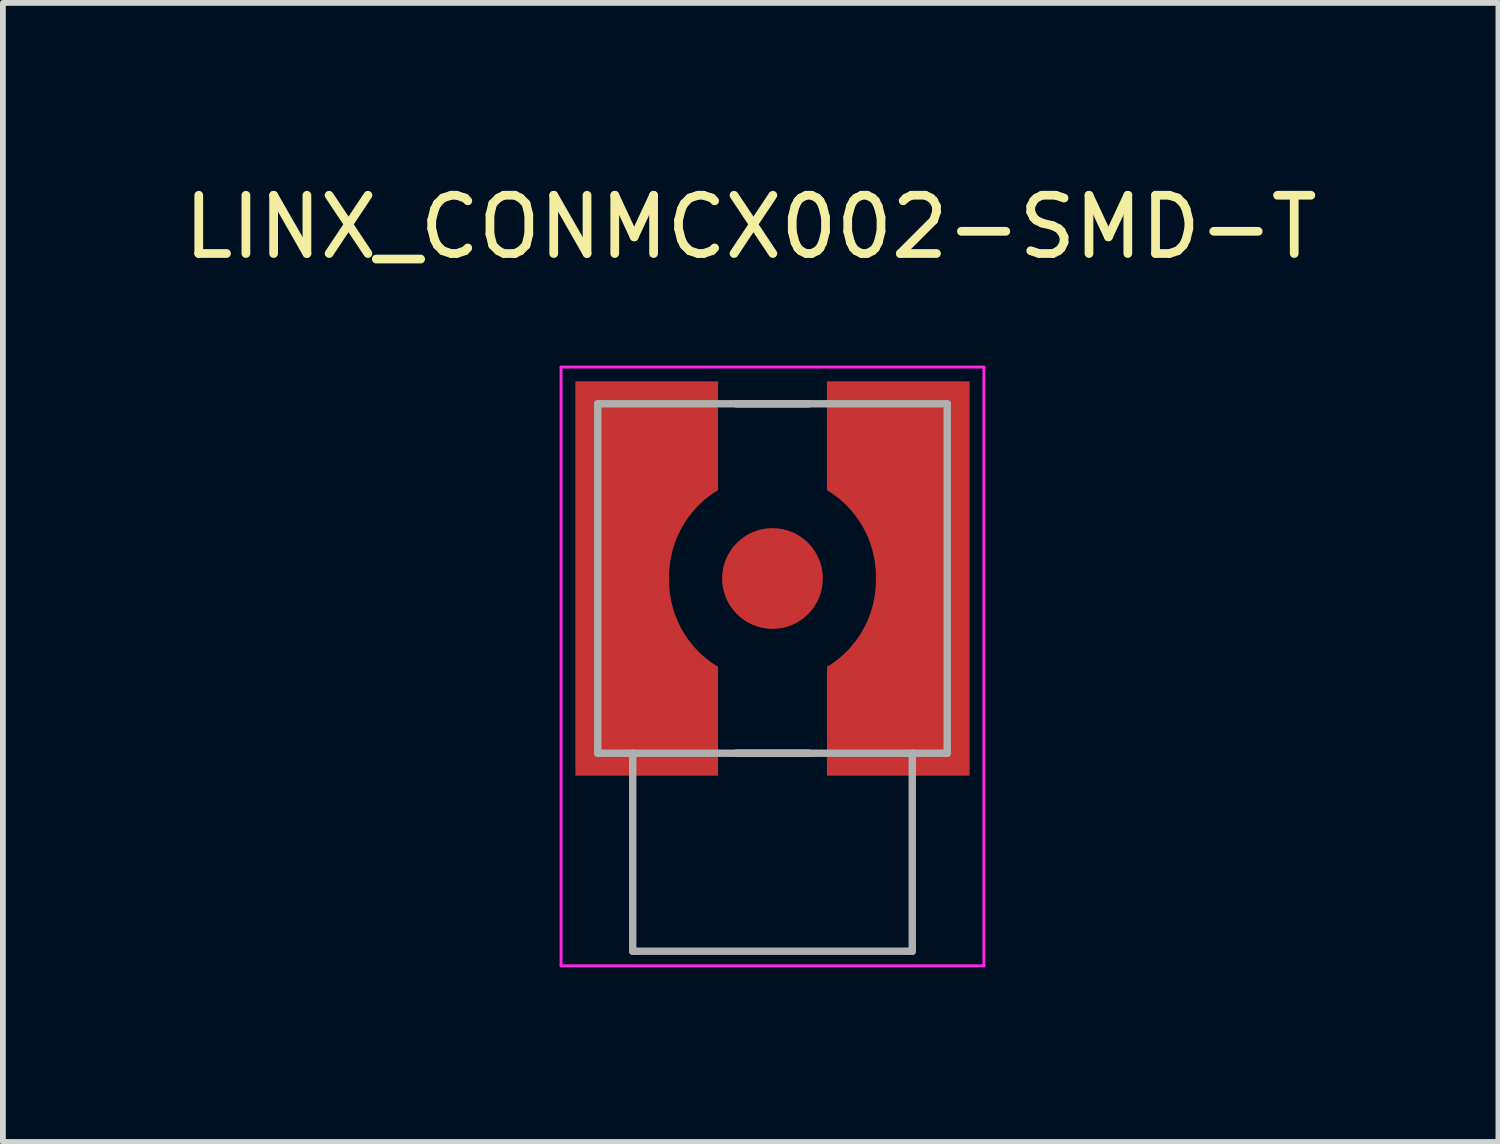
<source format=kicad_pcb>
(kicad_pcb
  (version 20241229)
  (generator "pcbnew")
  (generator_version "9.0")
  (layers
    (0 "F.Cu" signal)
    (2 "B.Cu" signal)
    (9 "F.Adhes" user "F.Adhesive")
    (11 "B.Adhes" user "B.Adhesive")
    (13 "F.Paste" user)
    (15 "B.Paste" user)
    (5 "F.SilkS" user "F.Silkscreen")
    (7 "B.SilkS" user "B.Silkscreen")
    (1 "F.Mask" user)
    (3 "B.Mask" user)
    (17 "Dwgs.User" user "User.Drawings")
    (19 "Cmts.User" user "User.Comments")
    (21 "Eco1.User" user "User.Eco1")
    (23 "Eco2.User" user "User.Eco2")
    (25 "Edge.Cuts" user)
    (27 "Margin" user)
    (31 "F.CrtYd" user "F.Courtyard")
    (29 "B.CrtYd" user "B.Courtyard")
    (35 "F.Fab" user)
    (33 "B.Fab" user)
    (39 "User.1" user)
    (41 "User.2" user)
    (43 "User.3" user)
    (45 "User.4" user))
  (footprint "LINX_CONMCX002-SMD-T"
    (layer "F.Cu")
    (at 10.214 6.883)
    (property "Reference" "LINX_CONMCX002-SMD-T" (at -0.375 -6.035 0) (layer "F.SilkS") (effects (font (size 1 1) (thickness 0.15))))
    (attr smd)
    (fp_poly (pts (xy -3.48 -3.48) (xy -3.48 3.48) (xy -0.84 3.48) (xy -0.84 1.47) (xy -0.884 1.443) (xy -0.934 1.411) (xy -0.982 1.377) (xy -1.029 1.342) (xy -1.075 1.305) (xy -1.12 1.266) (xy -1.163 1.225) (xy -1.205 1.184) (xy -1.245 1.14) (xy -1.284 1.096) (xy -1.321 1.05) (xy -1.357 1.003) (xy -1.391 0.954) (xy -1.423 0.905) (xy -1.453 0.854) (xy -1.482 0.802) (xy -1.509 0.75) (xy -1.534 0.696) (xy -1.557 0.642) (xy -1.578 0.587) (xy -1.597 0.531) (xy -1.614 0.474) (xy -1.63 0.417) (xy -1.643 0.36) (xy -1.654 0.302) (xy -1.664 0.243) (xy -1.671 0.185) (xy -1.676 0.126) (xy -1.679 0.067) (xy -1.68 0) (xy -1.679 -0.067) (xy -1.676 -0.126) (xy -1.671 -0.185) (xy -1.664 -0.243) (xy -1.654 -0.302) (xy -1.643 -0.36) (xy -1.63 -0.417) (xy -1.614 -0.474) (xy -1.597 -0.531) (xy -1.578 -0.587) (xy -1.557 -0.642) (xy -1.534 -0.696) (xy -1.509 -0.75) (xy -1.482 -0.802) (xy -1.453 -0.854) (xy -1.423 -0.905) (xy -1.391 -0.954) (xy -1.357 -1.003) (xy -1.321 -1.05) (xy -1.284 -1.096) (xy -1.245 -1.14) (xy -1.205 -1.184) (xy -1.163 -1.225) (xy -1.12 -1.266) (xy -1.075 -1.305) (xy -1.029 -1.342) (xy -0.982 -1.377) (xy -0.934 -1.411) (xy -0.884 -1.443) (xy -0.84 -1.47) (xy -0.84 -3.48) (xy -3.48 -3.48)) (stroke (width 0.01) (type solid)) (fill yes) (layer "F.Mask"))
    (fp_poly (pts (xy 3.48 -3.48) (xy 3.48 3.48) (xy 0.84 3.48) (xy 0.84 1.47) (xy 0.884 1.443) (xy 0.934 1.411) (xy 0.982 1.377) (xy 1.029 1.342) (xy 1.075 1.305) (xy 1.12 1.266) (xy 1.163 1.225) (xy 1.205 1.184) (xy 1.245 1.14) (xy 1.284 1.096) (xy 1.321 1.05) (xy 1.357 1.003) (xy 1.391 0.954) (xy 1.423 0.905) (xy 1.453 0.854) (xy 1.482 0.802) (xy 1.509 0.75) (xy 1.534 0.696) (xy 1.557 0.642) (xy 1.578 0.587) (xy 1.597 0.531) (xy 1.614 0.474) (xy 1.63 0.417) (xy 1.643 0.36) (xy 1.654 0.302) (xy 1.664 0.243) (xy 1.671 0.185) (xy 1.676 0.126) (xy 1.679 0.067) (xy 1.68 0) (xy 1.679 -0.067) (xy 1.676 -0.126) (xy 1.671 -0.185) (xy 1.664 -0.243) (xy 1.654 -0.302) (xy 1.643 -0.36) (xy 1.63 -0.417) (xy 1.614 -0.474) (xy 1.597 -0.531) (xy 1.578 -0.587) (xy 1.557 -0.642) (xy 1.534 -0.696) (xy 1.509 -0.75) (xy 1.482 -0.802) (xy 1.453 -0.854) (xy 1.423 -0.905) (xy 1.391 -0.954) (xy 1.357 -1.003) (xy 1.321 -1.05) (xy 1.284 -1.096) (xy 1.245 -1.14) (xy 1.205 -1.184) (xy 1.163 -1.225) (xy 1.12 -1.266) (xy 1.075 -1.305) (xy 1.029 -1.342) (xy 0.982 -1.377) (xy 0.934 -1.411) (xy 0.884 -1.443) (xy 0.84 -1.47) (xy 0.84 -3.48) (xy 3.48 -3.48)) (stroke (width 0.01) (type solid)) (fill yes) (layer "F.Mask"))
    (fp_line (start -0.62 -3) (end 0.62 -3) (stroke (width 0.127) (type solid)) (layer "F.SilkS"))
    (fp_line (start -0.62 3) (end 0.62 3) (stroke (width 0.127) (type solid)) (layer "F.SilkS"))
    (fp_poly (pts (xy -3.38 -3.38) (xy -3.38 3.38) (xy -0.94 3.38) (xy -0.94 1.52) (xy -0.989 1.489) (xy -1.04 1.455) (xy -1.089 1.419) (xy -1.137 1.382) (xy -1.183 1.343) (xy -1.228 1.303) (xy -1.272 1.261) (xy -1.314 1.217) (xy -1.354 1.172) (xy -1.393 1.125) (xy -1.431 1.078) (xy -1.466 1.029) (xy -1.5 0.978) (xy -1.532 0.927) (xy -1.563 0.874) (xy -1.591 0.821) (xy -1.618 0.766) (xy -1.642 0.711) (xy -1.665 0.655) (xy -1.686 0.598) (xy -1.704 0.54) (xy -1.721 0.482) (xy -1.736 0.423) (xy -1.748 0.364) (xy -1.759 0.304) (xy -1.767 0.244) (xy -1.774 0.184) (xy -1.778 0.123) (xy -1.78 0.063) (xy -1.78 0) (xy -1.78 -0.063) (xy -1.778 -0.123) (xy -1.774 -0.184) (xy -1.767 -0.244) (xy -1.759 -0.304) (xy -1.748 -0.364) (xy -1.736 -0.423) (xy -1.721 -0.482) (xy -1.704 -0.54) (xy -1.686 -0.598) (xy -1.665 -0.655) (xy -1.642 -0.711) (xy -1.618 -0.766) (xy -1.591 -0.821) (xy -1.563 -0.874) (xy -1.532 -0.927) (xy -1.5 -0.978) (xy -1.466 -1.029) (xy -1.431 -1.078) (xy -1.393 -1.125) (xy -1.354 -1.172) (xy -1.314 -1.217) (xy -1.272 -1.261) (xy -1.228 -1.303) (xy -1.183 -1.343) (xy -1.137 -1.382) (xy -1.089 -1.419) (xy -1.04 -1.455) (xy -0.989 -1.489) (xy -0.94 -1.52) (xy -0.94 -3.38) (xy -3.38 -3.38)) (stroke (width 0.01) (type solid)) (fill yes) (layer "F.Paste"))
    (fp_poly (pts (xy 3.38 -3.38) (xy 3.38 3.38) (xy 0.94 3.38) (xy 0.94 1.52) (xy 0.989 1.489) (xy 1.04 1.455) (xy 1.089 1.419) (xy 1.137 1.382) (xy 1.183 1.343) (xy 1.228 1.303) (xy 1.272 1.261) (xy 1.314 1.217) (xy 1.354 1.172) (xy 1.393 1.125) (xy 1.431 1.078) (xy 1.466 1.029) (xy 1.5 0.978) (xy 1.532 0.927) (xy 1.563 0.874) (xy 1.591 0.821) (xy 1.618 0.766) (xy 1.642 0.711) (xy 1.665 0.655) (xy 1.686 0.598) (xy 1.704 0.54) (xy 1.721 0.482) (xy 1.736 0.423) (xy 1.748 0.364) (xy 1.759 0.304) (xy 1.767 0.244) (xy 1.774 0.184) (xy 1.778 0.123) (xy 1.78 0.063) (xy 1.78 0) (xy 1.78 -0.063) (xy 1.778 -0.123) (xy 1.774 -0.184) (xy 1.767 -0.244) (xy 1.759 -0.304) (xy 1.748 -0.364) (xy 1.736 -0.423) (xy 1.721 -0.482) (xy 1.704 -0.54) (xy 1.686 -0.598) (xy 1.665 -0.655) (xy 1.642 -0.711) (xy 1.618 -0.766) (xy 1.591 -0.821) (xy 1.563 -0.874) (xy 1.532 -0.927) (xy 1.5 -0.978) (xy 1.466 -1.029) (xy 1.431 -1.078) (xy 1.393 -1.125) (xy 1.354 -1.172) (xy 1.314 -1.217) (xy 1.272 -1.261) (xy 1.228 -1.303) (xy 1.183 -1.343) (xy 1.137 -1.382) (xy 1.089 -1.419) (xy 1.04 -1.455) (xy 0.989 -1.489) (xy 0.94 -1.52) (xy 0.94 -3.38) (xy 3.38 -3.38)) (stroke (width 0.01) (type solid)) (fill yes) (layer "F.Paste"))
    (fp_line (start -3.63 -3.63) (end 3.63 -3.63) (stroke (width 0.05) (type solid)) (layer "F.CrtYd"))
    (fp_line (start -3.63 6.65) (end -3.63 -3.63) (stroke (width 0.05) (type solid)) (layer "F.CrtYd"))
    (fp_line (start 3.63 -3.63) (end 3.63 6.65) (stroke (width 0.05) (type solid)) (layer "F.CrtYd"))
    (fp_line (start 3.63 6.65) (end -3.63 6.65) (stroke (width 0.05) (type solid)) (layer "F.CrtYd"))
    (fp_line (start -3 -3) (end 3 -3) (stroke (width 0.127) (type solid)) (layer "F.Fab"))
    (fp_line (start -3 3) (end -3 -3) (stroke (width 0.127) (type solid)) (layer "F.Fab"))
    (fp_line (start -2.4 3) (end -3 3) (stroke (width 0.127) (type solid)) (layer "F.Fab"))
    (fp_line (start -2.4 6.4) (end -2.4 3) (stroke (width 0.127) (type solid)) (layer "F.Fab"))
    (fp_line (start 2.4 3) (end -2.4 3) (stroke (width 0.127) (type solid)) (layer "F.Fab"))
    (fp_line (start 2.4 6.4) (end -2.4 6.4) (stroke (width 0.127) (type solid)) (layer "F.Fab"))
    (fp_line (start 2.4 6.4) (end 2.4 3) (stroke (width 0.127) (type solid)) (layer "F.Fab"))
    (fp_line (start 3 -3) (end 3 3) (stroke (width 0.127) (type solid)) (layer "F.Fab"))
    (fp_line (start 3 3) (end 2.4 3) (stroke (width 0.127) (type solid)) (layer "F.Fab"))
    (pad "1" smd circle (at 0 0) (size 1.73 1.73) (layers "F.Cu" "F.Mask" "F.Paste"))
    (pad "S1" smd custom (at -2.6 0) (size 1 1) (layers "F.Cu") (options (anchor rect)) (primitives (gr_poly (pts (xy -0.78 -3.38) (xy -0.78 3.38) (xy 1.66 3.38) (xy 1.66 1.52) (xy 1.611 1.489) (xy 1.56 1.455) (xy 1.511 1.419) (xy 1.463 1.382) (xy 1.417 1.343) (xy 1.372 1.303) (xy 1.328 1.261) (xy 1.286 1.217) (xy 1.246 1.172) (xy 1.207 1.125) (xy 1.169 1.078) (xy 1.134 1.029) (xy 1.1 0.978) (xy 1.068 0.927) (xy 1.037 0.874) (xy 1.009 0.821) (xy 0.982 0.766) (xy 0.958 0.711) (xy 0.935 0.655) (xy 0.914 0.598) (xy 0.896 0.54) (xy 0.879 0.482) (xy 0.864 0.423) (xy 0.852 0.364) (xy 0.841 0.304) (xy 0.833 0.244) (xy 0.826 0.184) (xy 0.822 0.123) (xy 0.82 0.063) (xy 0.82 0) (xy 0.82 -0.063) (xy 0.822 -0.123) (xy 0.826 -0.184) (xy 0.833 -0.244) (xy 0.841 -0.304) (xy 0.852 -0.364) (xy 0.864 -0.423) (xy 0.879 -0.482) (xy 0.896 -0.54) (xy 0.914 -0.598) (xy 0.935 -0.655) (xy 0.958 -0.711) (xy 0.982 -0.766) (xy 1.009 -0.821) (xy 1.037 -0.874) (xy 1.068 -0.927) (xy 1.1 -0.978) (xy 1.134 -1.029) (xy 1.169 -1.078) (xy 1.207 -1.125) (xy 1.246 -1.172) (xy 1.286 -1.217) (xy 1.328 -1.261) (xy 1.372 -1.303) (xy 1.417 -1.343) (xy 1.463 -1.382) (xy 1.511 -1.419) (xy 1.56 -1.455) (xy 1.611 -1.489) (xy 1.66 -1.52) (xy 1.66 -3.38) (xy -0.78 -3.38)) (width 0.01) (fill yes))))
    (pad "S2" smd custom (at 2.6 0) (size 1 1) (layers "F.Cu") (options (anchor rect)) (primitives (gr_poly (pts (xy 0.78 -3.38) (xy 0.78 3.38) (xy -1.66 3.38) (xy -1.66 1.52) (xy -1.611 1.489) (xy -1.56 1.455) (xy -1.511 1.419) (xy -1.463 1.382) (xy -1.417 1.343) (xy -1.372 1.303) (xy -1.328 1.261) (xy -1.286 1.217) (xy -1.246 1.172) (xy -1.207 1.125) (xy -1.169 1.078) (xy -1.134 1.029) (xy -1.1 0.978) (xy -1.068 0.927) (xy -1.037 0.874) (xy -1.009 0.821) (xy -0.982 0.766) (xy -0.958 0.711) (xy -0.935 0.655) (xy -0.914 0.598) (xy -0.896 0.54) (xy -0.879 0.482) (xy -0.864 0.423) (xy -0.852 0.364) (xy -0.841 0.304) (xy -0.833 0.244) (xy -0.826 0.184) (xy -0.822 0.123) (xy -0.82 0.063) (xy -0.82 0) (xy -0.82 -0.063) (xy -0.822 -0.123) (xy -0.826 -0.184) (xy -0.833 -0.244) (xy -0.841 -0.304) (xy -0.852 -0.364) (xy -0.864 -0.423) (xy -0.879 -0.482) (xy -0.896 -0.54) (xy -0.914 -0.598) (xy -0.935 -0.655) (xy -0.958 -0.711) (xy -0.982 -0.766) (xy -1.009 -0.821) (xy -1.037 -0.874) (xy -1.068 -0.927) (xy -1.1 -0.978) (xy -1.134 -1.029) (xy -1.169 -1.078) (xy -1.207 -1.125) (xy -1.246 -1.172) (xy -1.286 -1.217) (xy -1.328 -1.261) (xy -1.372 -1.303) (xy -1.417 -1.343) (xy -1.463 -1.382) (xy -1.511 -1.419) (xy -1.56 -1.455) (xy -1.611 -1.489) (xy -1.66 -1.52) (xy -1.66 -3.38) (xy 0.78 -3.38)) (width 0.01) (fill yes)))))
  (gr_rect
    (start -3 -3)
    (end 22.679 16.558)
    (stroke (width 0.1) (type default))
    (fill no)
    (layer "Edge.Cuts")))
</source>
